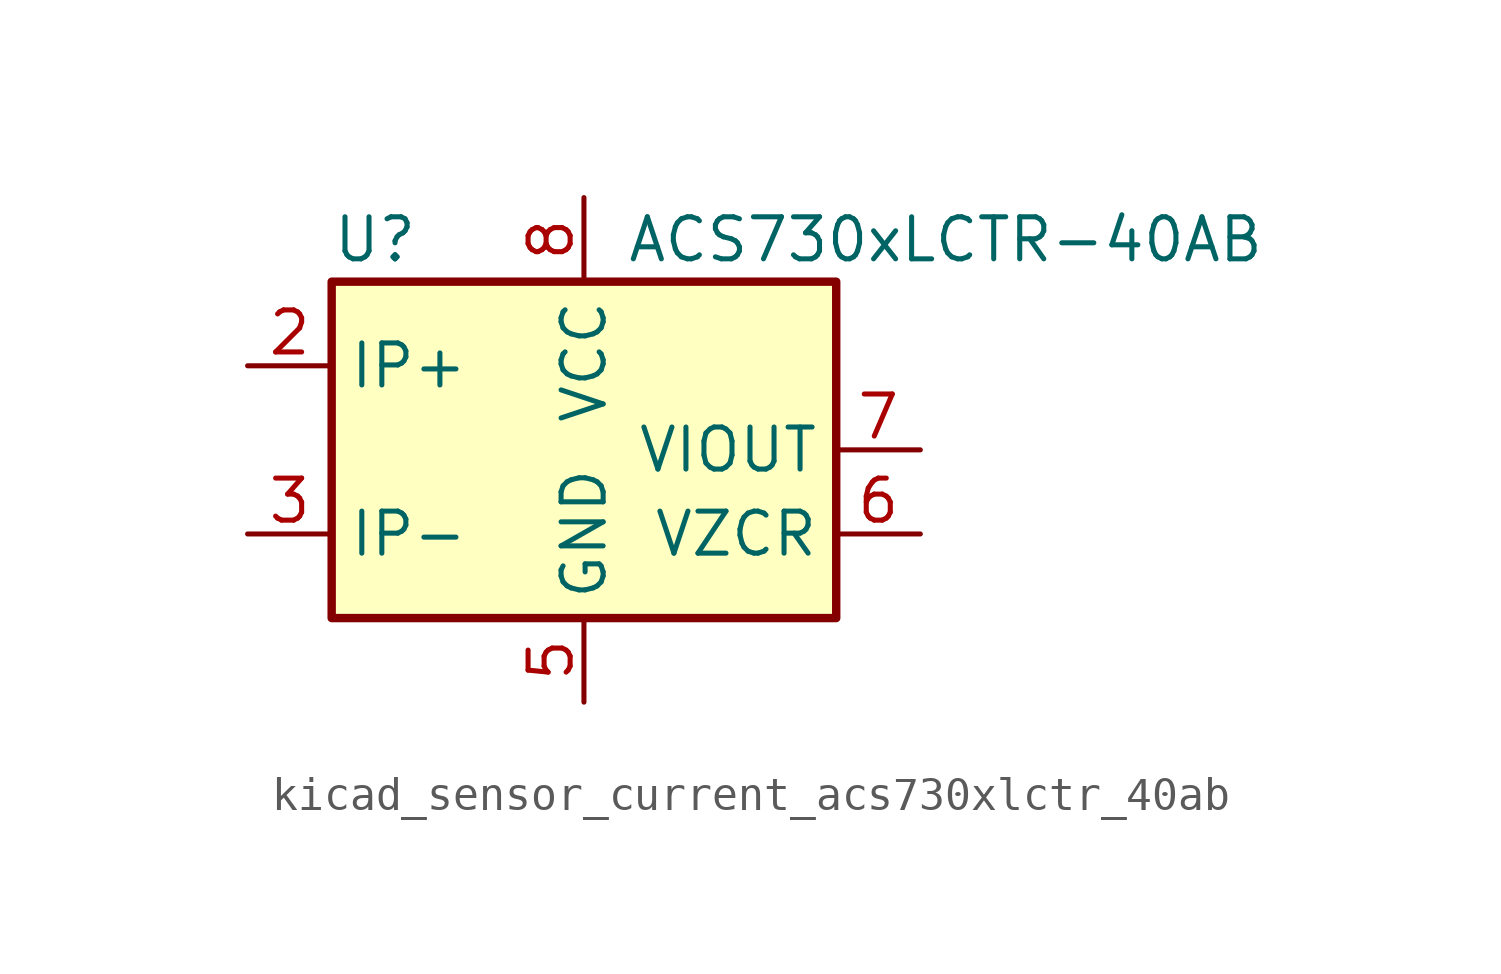
<source format=kicad_sym>
(kicad_symbol_lib
  (version 20220914)
  (generator kicad_symbol_editor)
  (symbol "kicad_sensor_current_acs730xlctr_40ab"
    (property "Reference" "U"
      (at -7.62 6.35 0)
      (effects (font (size 1.27 1.27)) (justify left)))
    (property "Value" "ACS730xLCTR-40AB"
      (at 1.27 6.35 0)
      (effects (font (size 1.27 1.27)) (justify left)))
    (symbol "kicad_sensor_current_acs730xlctr_40ab_0_1"
      (rectangle (start -7.62 5.08) (end 7.62 -5.08) (stroke (width 0.254) (type default)) (fill (type background))))
    (symbol "kicad_sensor_current_acs730xlctr_40ab_1_1"
      (pin passive line (at -10.16 2.54 0) (length 2.54) hide (name "IP+" (effects (font (size 1.27 1.27)))) (number "1" (effects (font (size 1.27 1.27)))))
      (pin passive line (at -10.16 2.54 0) (length 2.54) (name "IP+" (effects (font (size 1.27 1.27)))) (number "2" (effects (font (size 1.27 1.27)))))
      (pin passive line (at -10.16 -2.54 0) (length 2.54) (name "IP-" (effects (font (size 1.27 1.27)))) (number "3" (effects (font (size 1.27 1.27)))))
      (pin passive line (at -10.16 -2.54 0) (length 2.54) hide (name "IP-" (effects (font (size 1.27 1.27)))) (number "4" (effects (font (size 1.27 1.27)))))
      (pin power_in line (at 0 -7.62 90) (length 2.54) (name "GND" (effects (font (size 1.27 1.27)))) (number "5" (effects (font (size 1.27 1.27)))))
      (pin passive line (at 10.16 -2.54 180) (length 2.54) (name "VZCR" (effects (font (size 1.27 1.27)))) (number "6" (effects (font (size 1.27 1.27)))))
      (pin output line (at 10.16 0 180) (length 2.54) (name "VIOUT" (effects (font (size 1.27 1.27)))) (number "7" (effects (font (size 1.27 1.27)))))
      (pin power_in line (at 0 7.62 270) (length 2.54) (name "VCC" (effects (font (size 1.27 1.27)))) (number "8" (effects (font (size 1.27 1.27))))))))
</source>
